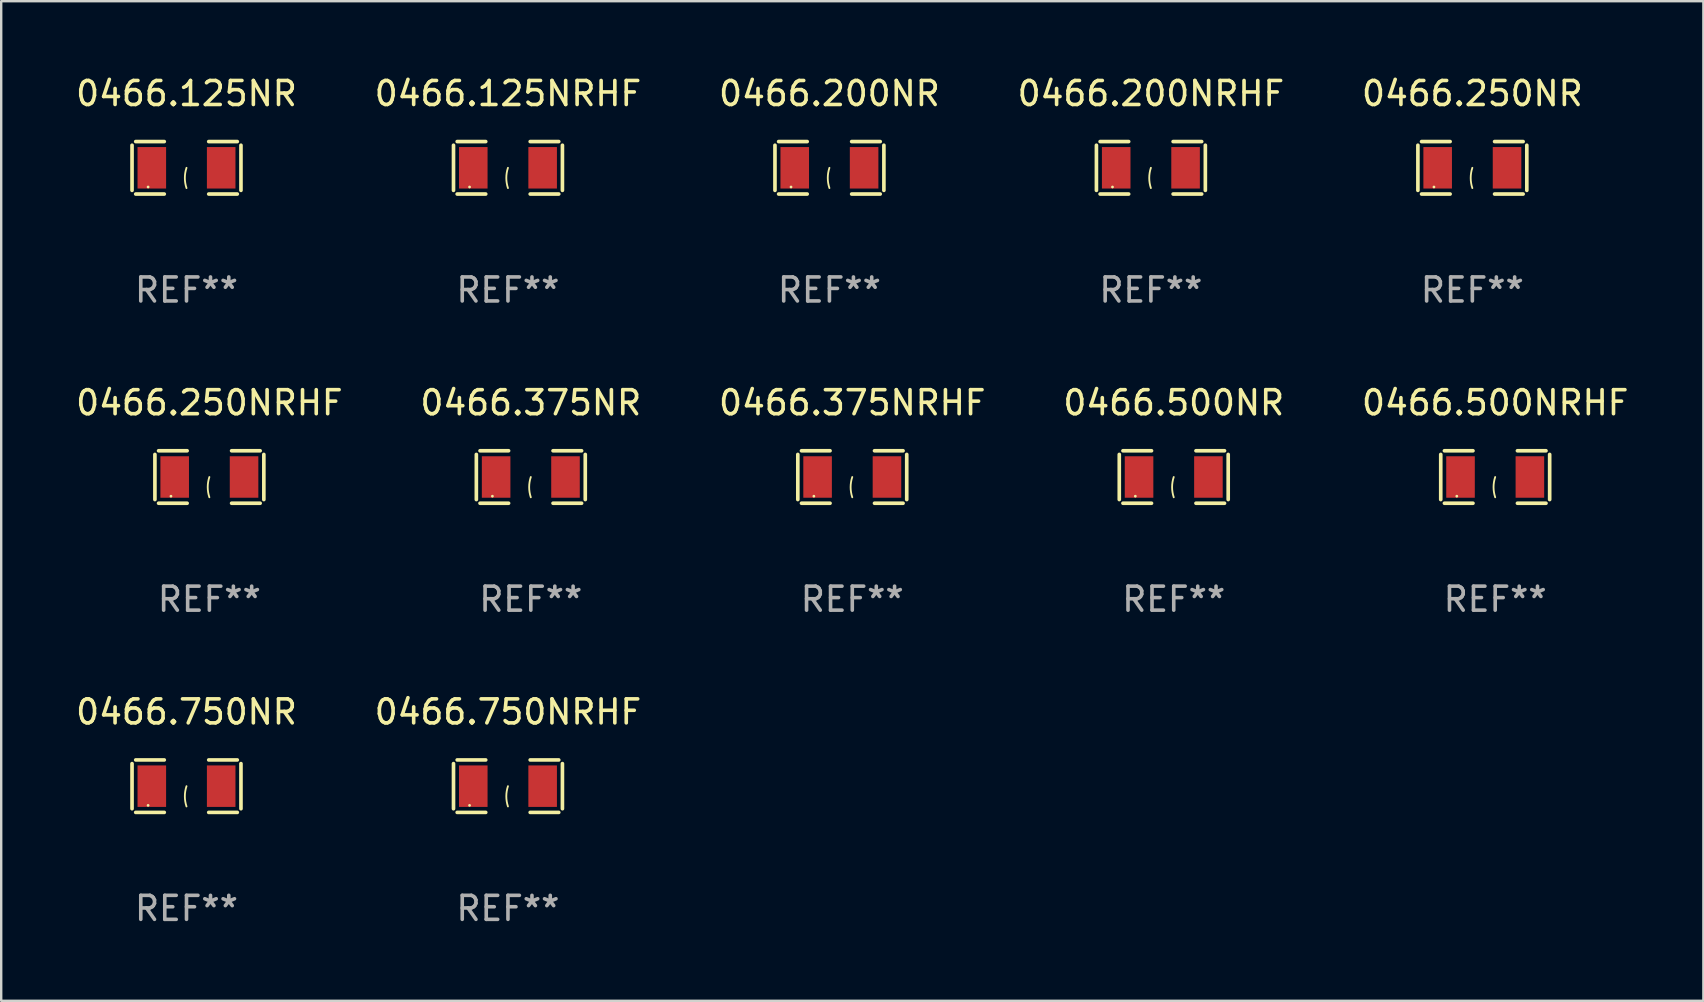
<source format=kicad_pcb>
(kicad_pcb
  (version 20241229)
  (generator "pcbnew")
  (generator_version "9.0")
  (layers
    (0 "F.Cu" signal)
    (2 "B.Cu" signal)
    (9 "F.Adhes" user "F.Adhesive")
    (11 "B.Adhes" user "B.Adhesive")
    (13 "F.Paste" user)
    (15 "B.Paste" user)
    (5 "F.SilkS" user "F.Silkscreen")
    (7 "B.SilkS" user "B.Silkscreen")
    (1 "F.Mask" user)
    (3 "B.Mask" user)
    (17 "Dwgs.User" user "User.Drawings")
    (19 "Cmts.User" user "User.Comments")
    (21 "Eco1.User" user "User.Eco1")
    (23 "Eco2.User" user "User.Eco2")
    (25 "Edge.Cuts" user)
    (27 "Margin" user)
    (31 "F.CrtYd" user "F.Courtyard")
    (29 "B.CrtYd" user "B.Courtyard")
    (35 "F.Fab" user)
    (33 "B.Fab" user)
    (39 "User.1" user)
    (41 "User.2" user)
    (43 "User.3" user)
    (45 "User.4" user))
  (footprint "0466.750NRHF"
    (layer "F.Cu")
    (at 18.113 29.704)
    (property "Reference" "0466.750NRHF" (at 0 -3.093 0) (layer "F.SilkS") (effects (font (size 1 1) (thickness 0.15))))
    (attr through_hole)
    (fp_line (start -2.269 -0.94) (end -2.269 0.94) (stroke (width 0.152) (type solid)) (layer "F.SilkS"))
    (fp_line (start -2.116 1.093) (end -0.926 1.093) (stroke (width 0.152) (type solid)) (layer "F.SilkS"))
    (fp_line (start -0.926 -1.093) (end -2.116 -1.093) (stroke (width 0.152) (type solid)) (layer "F.SilkS"))
    (fp_line (start 0.926 -1.093) (end 2.116 -1.093) (stroke (width 0.152) (type solid)) (layer "F.SilkS"))
    (fp_line (start 2.116 1.093) (end 0.926 1.093) (stroke (width 0.152) (type solid)) (layer "F.SilkS"))
    (fp_line (start 2.269 -0.94) (end 2.269 0.94) (stroke (width 0.152) (type solid)) (layer "F.SilkS"))
    (fp_arc (start 0 0.844951) (mid -0.068559 0.422475) (end 0 0) (stroke (width 0.0762) (type solid)) (layer "F.SilkS"))
    (fp_circle (center -1.6 0.8) (end -1.57 0.8) (stroke (width 0.06) (type solid)) (fill no) (layer "F.SilkS"))
    (fp_text user "REF**" (at 0 5.093 0) (layer "F.Fab") (effects (font (size 1 1) (thickness 0.15))))
    (pad "1" smd rect (at -1.445 0) (size 1.19 1.728) (layers "F.Cu" "F.Mask" "F.Paste"))
    (pad "2" smd rect (at 1.445 0) (size 1.19 1.728) (layers "F.Cu" "F.Mask" "F.Paste")))
  (footprint "0466.250NRHF"
    (layer "F.Cu")
    (at 5.673 16.823)
    (property "Reference" "0466.250NRHF" (at 0 -3.093 0) (layer "F.SilkS") (effects (font (size 1 1) (thickness 0.15))))
    (attr through_hole)
    (fp_line (start -2.269 -0.94) (end -2.269 0.94) (stroke (width 0.152) (type solid)) (layer "F.SilkS"))
    (fp_line (start -2.116 1.093) (end -0.926 1.093) (stroke (width 0.152) (type solid)) (layer "F.SilkS"))
    (fp_line (start -0.926 -1.093) (end -2.116 -1.093) (stroke (width 0.152) (type solid)) (layer "F.SilkS"))
    (fp_line (start 0.926 -1.093) (end 2.116 -1.093) (stroke (width 0.152) (type solid)) (layer "F.SilkS"))
    (fp_line (start 2.116 1.093) (end 0.926 1.093) (stroke (width 0.152) (type solid)) (layer "F.SilkS"))
    (fp_line (start 2.269 -0.94) (end 2.269 0.94) (stroke (width 0.152) (type solid)) (layer "F.SilkS"))
    (fp_arc (start 0 0.844951) (mid -0.068559 0.422475) (end 0 0) (stroke (width 0.0762) (type solid)) (layer "F.SilkS"))
    (fp_circle (center -1.6 0.8) (end -1.57 0.8) (stroke (width 0.06) (type solid)) (fill no) (layer "F.SilkS"))
    (fp_text user "REF**" (at 0 5.093 0) (layer "F.Fab") (effects (font (size 1 1) (thickness 0.15))))
    (pad "1" smd rect (at -1.445 0) (size 1.19 1.728) (layers "F.Cu" "F.Mask" "F.Paste"))
    (pad "2" smd rect (at 1.445 0) (size 1.19 1.728) (layers "F.Cu" "F.Mask" "F.Paste")))
  (footprint "0466.125NRHF"
    (layer "F.Cu")
    (at 18.113 3.941)
    (property "Reference" "0466.125NRHF" (at 0 -3.093 0) (layer "F.SilkS") (effects (font (size 1 1) (thickness 0.15))))
    (attr through_hole)
    (fp_line (start -2.269 -0.94) (end -2.269 0.94) (stroke (width 0.152) (type solid)) (layer "F.SilkS"))
    (fp_line (start -2.116 1.093) (end -0.926 1.093) (stroke (width 0.152) (type solid)) (layer "F.SilkS"))
    (fp_line (start -0.926 -1.093) (end -2.116 -1.093) (stroke (width 0.152) (type solid)) (layer "F.SilkS"))
    (fp_line (start 0.926 -1.093) (end 2.116 -1.093) (stroke (width 0.152) (type solid)) (layer "F.SilkS"))
    (fp_line (start 2.116 1.093) (end 0.926 1.093) (stroke (width 0.152) (type solid)) (layer "F.SilkS"))
    (fp_line (start 2.269 -0.94) (end 2.269 0.94) (stroke (width 0.152) (type solid)) (layer "F.SilkS"))
    (fp_arc (start 0 0.844951) (mid -0.068559 0.422475) (end 0 0) (stroke (width 0.0762) (type solid)) (layer "F.SilkS"))
    (fp_circle (center -1.6 0.8) (end -1.57 0.8) (stroke (width 0.06) (type solid)) (fill no) (layer "F.SilkS"))
    (fp_text user "REF**" (at 0 5.093 0) (layer "F.Fab") (effects (font (size 1 1) (thickness 0.15))))
    (pad "1" smd rect (at -1.445 0) (size 1.19 1.728) (layers "F.Cu" "F.Mask" "F.Paste"))
    (pad "2" smd rect (at 1.445 0) (size 1.19 1.728) (layers "F.Cu" "F.Mask" "F.Paste")))
  (footprint "0466.250NR"
    (layer "F.Cu")
    (at 58.292 3.941)
    (property "Reference" "0466.250NR" (at 0 -3.093 0) (layer "F.SilkS") (effects (font (size 1 1) (thickness 0.15))))
    (attr through_hole)
    (fp_line (start -2.269 -0.94) (end -2.269 0.94) (stroke (width 0.152) (type solid)) (layer "F.SilkS"))
    (fp_line (start -2.116 1.093) (end -0.926 1.093) (stroke (width 0.152) (type solid)) (layer "F.SilkS"))
    (fp_line (start -0.926 -1.093) (end -2.116 -1.093) (stroke (width 0.152) (type solid)) (layer "F.SilkS"))
    (fp_line (start 0.926 -1.093) (end 2.116 -1.093) (stroke (width 0.152) (type solid)) (layer "F.SilkS"))
    (fp_line (start 2.116 1.093) (end 0.926 1.093) (stroke (width 0.152) (type solid)) (layer "F.SilkS"))
    (fp_line (start 2.269 -0.94) (end 2.269 0.94) (stroke (width 0.152) (type solid)) (layer "F.SilkS"))
    (fp_arc (start 0 0.844951) (mid -0.068559 0.422475) (end 0 0) (stroke (width 0.0762) (type solid)) (layer "F.SilkS"))
    (fp_circle (center -1.6 0.8) (end -1.57 0.8) (stroke (width 0.06) (type solid)) (fill no) (layer "F.SilkS"))
    (fp_text user "REF**" (at 0 5.093 0) (layer "F.Fab") (effects (font (size 1 1) (thickness 0.15))))
    (pad "1" smd rect (at -1.445 0) (size 1.19 1.728) (layers "F.Cu" "F.Mask" "F.Paste"))
    (pad "2" smd rect (at 1.445 0) (size 1.19 1.728) (layers "F.Cu" "F.Mask" "F.Paste")))
  (footprint "0466.200NRHF"
    (layer "F.Cu")
    (at 44.899 3.941)
    (property "Reference" "0466.200NRHF" (at 0 -3.093 0) (layer "F.SilkS") (effects (font (size 1 1) (thickness 0.15))))
    (attr through_hole)
    (fp_line (start -2.269 -0.94) (end -2.269 0.94) (stroke (width 0.152) (type solid)) (layer "F.SilkS"))
    (fp_line (start -2.116 1.093) (end -0.926 1.093) (stroke (width 0.152) (type solid)) (layer "F.SilkS"))
    (fp_line (start -0.926 -1.093) (end -2.116 -1.093) (stroke (width 0.152) (type solid)) (layer "F.SilkS"))
    (fp_line (start 0.926 -1.093) (end 2.116 -1.093) (stroke (width 0.152) (type solid)) (layer "F.SilkS"))
    (fp_line (start 2.116 1.093) (end 0.926 1.093) (stroke (width 0.152) (type solid)) (layer "F.SilkS"))
    (fp_line (start 2.269 -0.94) (end 2.269 0.94) (stroke (width 0.152) (type solid)) (layer "F.SilkS"))
    (fp_arc (start 0 0.844951) (mid -0.068559 0.422475) (end 0 0) (stroke (width 0.0762) (type solid)) (layer "F.SilkS"))
    (fp_circle (center -1.6 0.8) (end -1.57 0.8) (stroke (width 0.06) (type solid)) (fill no) (layer "F.SilkS"))
    (fp_text user "REF**" (at 0 5.093 0) (layer "F.Fab") (effects (font (size 1 1) (thickness 0.15))))
    (pad "1" smd rect (at -1.445 0) (size 1.19 1.728) (layers "F.Cu" "F.Mask" "F.Paste"))
    (pad "2" smd rect (at 1.445 0) (size 1.19 1.728) (layers "F.Cu" "F.Mask" "F.Paste")))
  (footprint "0466.375NR"
    (layer "F.Cu")
    (at 19.065 16.823)
    (property "Reference" "0466.375NR" (at 0 -3.093 0) (layer "F.SilkS") (effects (font (size 1 1) (thickness 0.15))))
    (attr through_hole)
    (fp_line (start -2.269 -0.94) (end -2.269 0.94) (stroke (width 0.152) (type solid)) (layer "F.SilkS"))
    (fp_line (start -2.116 1.093) (end -0.926 1.093) (stroke (width 0.152) (type solid)) (layer "F.SilkS"))
    (fp_line (start -0.926 -1.093) (end -2.116 -1.093) (stroke (width 0.152) (type solid)) (layer "F.SilkS"))
    (fp_line (start 0.926 -1.093) (end 2.116 -1.093) (stroke (width 0.152) (type solid)) (layer "F.SilkS"))
    (fp_line (start 2.116 1.093) (end 0.926 1.093) (stroke (width 0.152) (type solid)) (layer "F.SilkS"))
    (fp_line (start 2.269 -0.94) (end 2.269 0.94) (stroke (width 0.152) (type solid)) (layer "F.SilkS"))
    (fp_arc (start 0 0.844951) (mid -0.068559 0.422475) (end 0 0) (stroke (width 0.0762) (type solid)) (layer "F.SilkS"))
    (fp_circle (center -1.6 0.8) (end -1.57 0.8) (stroke (width 0.06) (type solid)) (fill no) (layer "F.SilkS"))
    (fp_text user "REF**" (at 0 5.093 0) (layer "F.Fab") (effects (font (size 1 1) (thickness 0.15))))
    (pad "1" smd rect (at -1.445 0) (size 1.19 1.728) (layers "F.Cu" "F.Mask" "F.Paste"))
    (pad "2" smd rect (at 1.445 0) (size 1.19 1.728) (layers "F.Cu" "F.Mask" "F.Paste")))
  (footprint "0466.750NR"
    (layer "F.Cu")
    (at 4.72 29.704)
    (property "Reference" "0466.750NR" (at 0 -3.093 0) (layer "F.SilkS") (effects (font (size 1 1) (thickness 0.15))))
    (attr through_hole)
    (fp_line (start -2.269 -0.94) (end -2.269 0.94) (stroke (width 0.152) (type solid)) (layer "F.SilkS"))
    (fp_line (start -2.116 1.093) (end -0.926 1.093) (stroke (width 0.152) (type solid)) (layer "F.SilkS"))
    (fp_line (start -0.926 -1.093) (end -2.116 -1.093) (stroke (width 0.152) (type solid)) (layer "F.SilkS"))
    (fp_line (start 0.926 -1.093) (end 2.116 -1.093) (stroke (width 0.152) (type solid)) (layer "F.SilkS"))
    (fp_line (start 2.116 1.093) (end 0.926 1.093) (stroke (width 0.152) (type solid)) (layer "F.SilkS"))
    (fp_line (start 2.269 -0.94) (end 2.269 0.94) (stroke (width 0.152) (type solid)) (layer "F.SilkS"))
    (fp_arc (start 0 0.844951) (mid -0.068559 0.422475) (end 0 0) (stroke (width 0.0762) (type solid)) (layer "F.SilkS"))
    (fp_circle (center -1.6 0.8) (end -1.57 0.8) (stroke (width 0.06) (type solid)) (fill no) (layer "F.SilkS"))
    (fp_text user "REF**" (at 0 5.093 0) (layer "F.Fab") (effects (font (size 1 1) (thickness 0.15))))
    (pad "1" smd rect (at -1.445 0) (size 1.19 1.728) (layers "F.Cu" "F.Mask" "F.Paste"))
    (pad "2" smd rect (at 1.445 0) (size 1.19 1.728) (layers "F.Cu" "F.Mask" "F.Paste")))
  (footprint "0466.500NRHF"
    (layer "F.Cu")
    (at 59.244 16.823)
    (property "Reference" "0466.500NRHF" (at 0 -3.093 0) (layer "F.SilkS") (effects (font (size 1 1) (thickness 0.15))))
    (attr through_hole)
    (fp_line (start -2.269 -0.94) (end -2.269 0.94) (stroke (width 0.152) (type solid)) (layer "F.SilkS"))
    (fp_line (start -2.116 1.093) (end -0.926 1.093) (stroke (width 0.152) (type solid)) (layer "F.SilkS"))
    (fp_line (start -0.926 -1.093) (end -2.116 -1.093) (stroke (width 0.152) (type solid)) (layer "F.SilkS"))
    (fp_line (start 0.926 -1.093) (end 2.116 -1.093) (stroke (width 0.152) (type solid)) (layer "F.SilkS"))
    (fp_line (start 2.116 1.093) (end 0.926 1.093) (stroke (width 0.152) (type solid)) (layer "F.SilkS"))
    (fp_line (start 2.269 -0.94) (end 2.269 0.94) (stroke (width 0.152) (type solid)) (layer "F.SilkS"))
    (fp_arc (start 0 0.844951) (mid -0.068559 0.422475) (end 0 0) (stroke (width 0.0762) (type solid)) (layer "F.SilkS"))
    (fp_circle (center -1.6 0.8) (end -1.57 0.8) (stroke (width 0.06) (type solid)) (fill no) (layer "F.SilkS"))
    (fp_text user "REF**" (at 0 5.093 0) (layer "F.Fab") (effects (font (size 1 1) (thickness 0.15))))
    (pad "1" smd rect (at -1.445 0) (size 1.19 1.728) (layers "F.Cu" "F.Mask" "F.Paste"))
    (pad "2" smd rect (at 1.445 0) (size 1.19 1.728) (layers "F.Cu" "F.Mask" "F.Paste")))
  (footprint "0466.125NR"
    (layer "F.Cu")
    (at 4.72 3.941)
    (property "Reference" "0466.125NR" (at 0 -3.093 0) (layer "F.SilkS") (effects (font (size 1 1) (thickness 0.15))))
    (attr through_hole)
    (fp_line (start -2.269 -0.94) (end -2.269 0.94) (stroke (width 0.152) (type solid)) (layer "F.SilkS"))
    (fp_line (start -2.116 1.093) (end -0.926 1.093) (stroke (width 0.152) (type solid)) (layer "F.SilkS"))
    (fp_line (start -0.926 -1.093) (end -2.116 -1.093) (stroke (width 0.152) (type solid)) (layer "F.SilkS"))
    (fp_line (start 0.926 -1.093) (end 2.116 -1.093) (stroke (width 0.152) (type solid)) (layer "F.SilkS"))
    (fp_line (start 2.116 1.093) (end 0.926 1.093) (stroke (width 0.152) (type solid)) (layer "F.SilkS"))
    (fp_line (start 2.269 -0.94) (end 2.269 0.94) (stroke (width 0.152) (type solid)) (layer "F.SilkS"))
    (fp_arc (start 0 0.844951) (mid -0.068559 0.422475) (end 0 0) (stroke (width 0.0762) (type solid)) (layer "F.SilkS"))
    (fp_circle (center -1.6 0.8) (end -1.57 0.8) (stroke (width 0.06) (type solid)) (fill no) (layer "F.SilkS"))
    (fp_text user "REF**" (at 0 5.093 0) (layer "F.Fab") (effects (font (size 1 1) (thickness 0.15))))
    (pad "1" smd rect (at -1.445 0) (size 1.19 1.728) (layers "F.Cu" "F.Mask" "F.Paste"))
    (pad "2" smd rect (at 1.445 0) (size 1.19 1.728) (layers "F.Cu" "F.Mask" "F.Paste")))
  (footprint "0466.500NR"
    (layer "F.Cu")
    (at 45.851 16.823)
    (property "Reference" "0466.500NR" (at 0 -3.093 0) (layer "F.SilkS") (effects (font (size 1 1) (thickness 0.15))))
    (attr through_hole)
    (fp_line (start -2.269 -0.94) (end -2.269 0.94) (stroke (width 0.152) (type solid)) (layer "F.SilkS"))
    (fp_line (start -2.116 1.093) (end -0.926 1.093) (stroke (width 0.152) (type solid)) (layer "F.SilkS"))
    (fp_line (start -0.926 -1.093) (end -2.116 -1.093) (stroke (width 0.152) (type solid)) (layer "F.SilkS"))
    (fp_line (start 0.926 -1.093) (end 2.116 -1.093) (stroke (width 0.152) (type solid)) (layer "F.SilkS"))
    (fp_line (start 2.116 1.093) (end 0.926 1.093) (stroke (width 0.152) (type solid)) (layer "F.SilkS"))
    (fp_line (start 2.269 -0.94) (end 2.269 0.94) (stroke (width 0.152) (type solid)) (layer "F.SilkS"))
    (fp_arc (start 0 0.844951) (mid -0.068559 0.422475) (end 0 0) (stroke (width 0.0762) (type solid)) (layer "F.SilkS"))
    (fp_circle (center -1.6 0.8) (end -1.57 0.8) (stroke (width 0.06) (type solid)) (fill no) (layer "F.SilkS"))
    (fp_text user "REF**" (at 0 5.093 0) (layer "F.Fab") (effects (font (size 1 1) (thickness 0.15))))
    (pad "1" smd rect (at -1.445 0) (size 1.19 1.728) (layers "F.Cu" "F.Mask" "F.Paste"))
    (pad "2" smd rect (at 1.445 0) (size 1.19 1.728) (layers "F.Cu" "F.Mask" "F.Paste")))
  (footprint "0466.200NR"
    (layer "F.Cu")
    (at 31.506 3.941)
    (property "Reference" "0466.200NR" (at 0 -3.093 0) (layer "F.SilkS") (effects (font (size 1 1) (thickness 0.15))))
    (attr through_hole)
    (fp_line (start -2.269 -0.94) (end -2.269 0.94) (stroke (width 0.152) (type solid)) (layer "F.SilkS"))
    (fp_line (start -2.116 1.093) (end -0.926 1.093) (stroke (width 0.152) (type solid)) (layer "F.SilkS"))
    (fp_line (start -0.926 -1.093) (end -2.116 -1.093) (stroke (width 0.152) (type solid)) (layer "F.SilkS"))
    (fp_line (start 0.926 -1.093) (end 2.116 -1.093) (stroke (width 0.152) (type solid)) (layer "F.SilkS"))
    (fp_line (start 2.116 1.093) (end 0.926 1.093) (stroke (width 0.152) (type solid)) (layer "F.SilkS"))
    (fp_line (start 2.269 -0.94) (end 2.269 0.94) (stroke (width 0.152) (type solid)) (layer "F.SilkS"))
    (fp_arc (start 0 0.844951) (mid -0.068559 0.422475) (end 0 0) (stroke (width 0.0762) (type solid)) (layer "F.SilkS"))
    (fp_circle (center -1.6 0.8) (end -1.57 0.8) (stroke (width 0.06) (type solid)) (fill no) (layer "F.SilkS"))
    (fp_text user "REF**" (at 0 5.093 0) (layer "F.Fab") (effects (font (size 1 1) (thickness 0.15))))
    (pad "1" smd rect (at -1.445 0) (size 1.19 1.728) (layers "F.Cu" "F.Mask" "F.Paste"))
    (pad "2" smd rect (at 1.445 0) (size 1.19 1.728) (layers "F.Cu" "F.Mask" "F.Paste")))
  (footprint "0466.375NRHF"
    (layer "F.Cu")
    (at 32.458 16.823)
    (property "Reference" "0466.375NRHF" (at 0 -3.093 0) (layer "F.SilkS") (effects (font (size 1 1) (thickness 0.15))))
    (attr through_hole)
    (fp_line (start -2.269 -0.94) (end -2.269 0.94) (stroke (width 0.152) (type solid)) (layer "F.SilkS"))
    (fp_line (start -2.116 1.093) (end -0.926 1.093) (stroke (width 0.152) (type solid)) (layer "F.SilkS"))
    (fp_line (start -0.926 -1.093) (end -2.116 -1.093) (stroke (width 0.152) (type solid)) (layer "F.SilkS"))
    (fp_line (start 0.926 -1.093) (end 2.116 -1.093) (stroke (width 0.152) (type solid)) (layer "F.SilkS"))
    (fp_line (start 2.116 1.093) (end 0.926 1.093) (stroke (width 0.152) (type solid)) (layer "F.SilkS"))
    (fp_line (start 2.269 -0.94) (end 2.269 0.94) (stroke (width 0.152) (type solid)) (layer "F.SilkS"))
    (fp_arc (start 0 0.844951) (mid -0.068559 0.422475) (end 0 0) (stroke (width 0.0762) (type solid)) (layer "F.SilkS"))
    (fp_circle (center -1.6 0.8) (end -1.57 0.8) (stroke (width 0.06) (type solid)) (fill no) (layer "F.SilkS"))
    (fp_text user "REF**" (at 0 5.093 0) (layer "F.Fab") (effects (font (size 1 1) (thickness 0.15))))
    (pad "1" smd rect (at -1.445 0) (size 1.19 1.728) (layers "F.Cu" "F.Mask" "F.Paste"))
    (pad "2" smd rect (at 1.445 0) (size 1.19 1.728) (layers "F.Cu" "F.Mask" "F.Paste")))
  (gr_rect
    (start -3 -3)
    (end 67.917 38.645)
    (stroke (width 0.1) (type default))
    (fill no)
    (layer "Edge.Cuts")))
</source>
